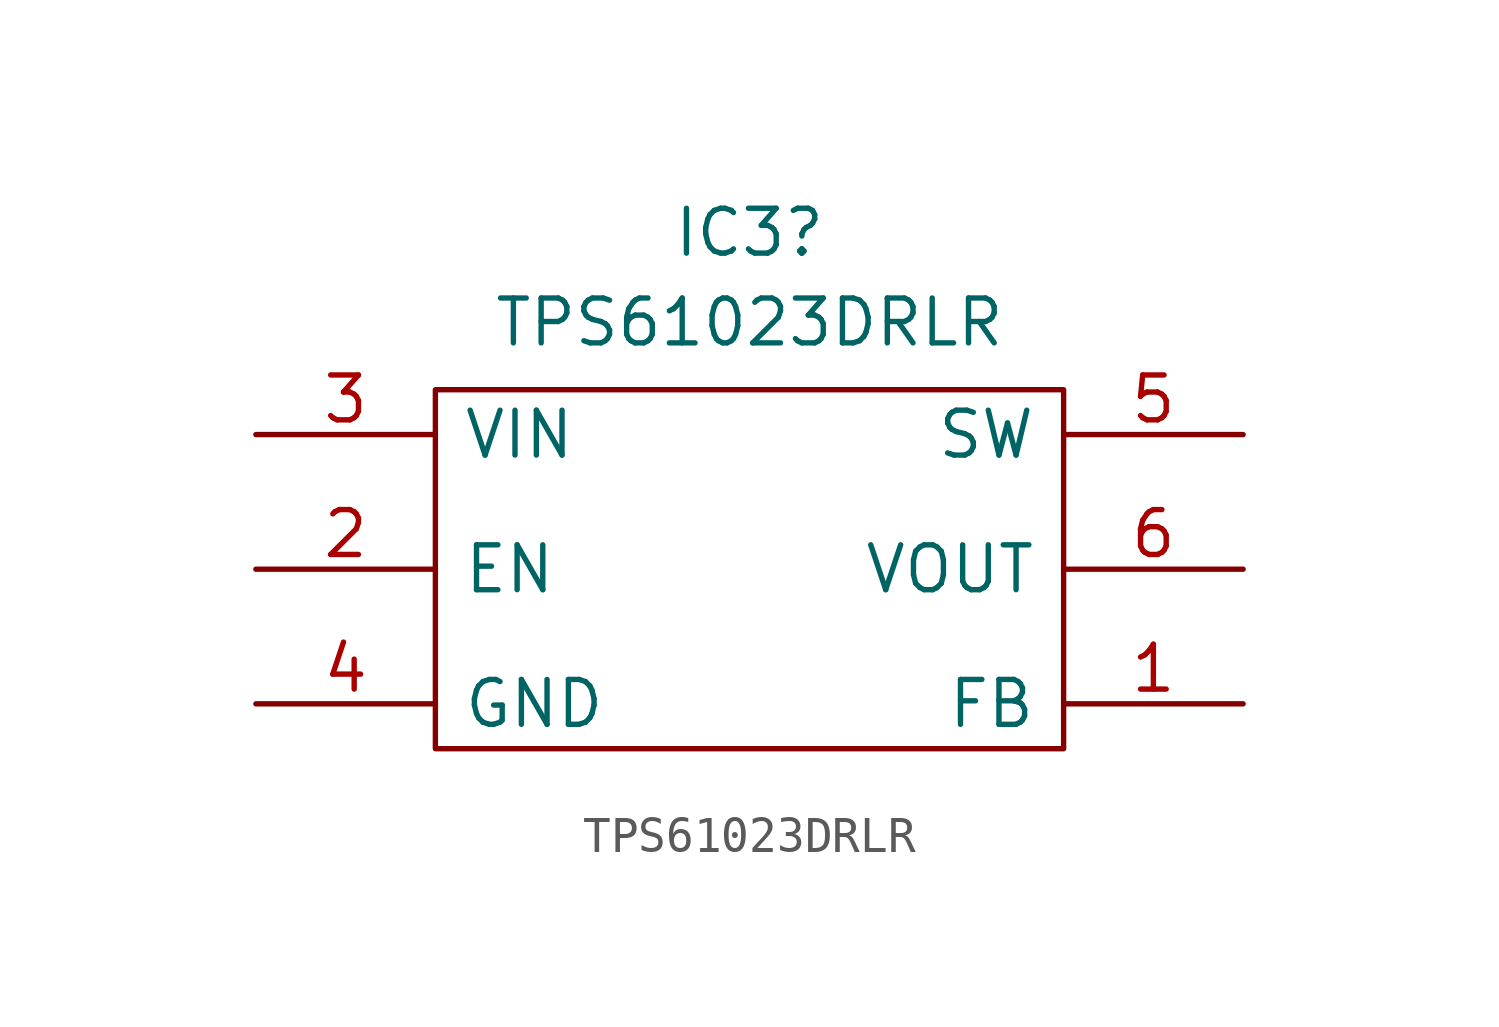
<source format=kicad_sym>
(kicad_symbol_lib
  (version 20220914)
  (generator kicad_symbol_editor)
  (symbol "TPS61023DRLR"
    (pin_names
      (offset 0.762))
    (property "Reference" "IC3"
      (at 13.97 6.985 0)
      (effects (font (size 1.27 1.27))))
    (property "Value" "TPS61023DRLR"
      (at 13.97 4.445 0)
      (effects (font (size 1.27 1.27))))
    (symbol "TPS61023DRLR_0_0"
      (pin passive line (at 27.94 -6.35 180) (length 5.08) (name "FB" (effects (font (size 1.27 1.27)))) (number "1" (effects (font (size 1.27 1.27)))))
      (pin passive line (at 0 -2.54 0) (length 5.08) (name "EN" (effects (font (size 1.27 1.27)))) (number "2" (effects (font (size 1.27 1.27)))))
      (pin passive line (at 0 1.27 0) (length 5.08) (name "VIN" (effects (font (size 1.27 1.27)))) (number "3" (effects (font (size 1.27 1.27)))))
      (pin passive line (at 0 -6.35 0) (length 5.08) (name "GND" (effects (font (size 1.27 1.27)))) (number "4" (effects (font (size 1.27 1.27)))))
      (pin passive line (at 27.94 1.27 180) (length 5.08) (name "SW" (effects (font (size 1.27 1.27)))) (number "5" (effects (font (size 1.27 1.27)))))
      (pin passive line (at 27.94 -2.54 180) (length 5.08) (name "VOUT" (effects (font (size 1.27 1.27)))) (number "6" (effects (font (size 1.27 1.27))))))
    (symbol "TPS61023DRLR_0_1"
      (polyline (pts (xy 5.08 2.54) (xy 22.86 2.54) (xy 22.86 -7.62) (xy 5.08 -7.62) (xy 5.08 2.54)) (stroke (width 0.152) (type solid)) (fill (type none))))))
</source>
